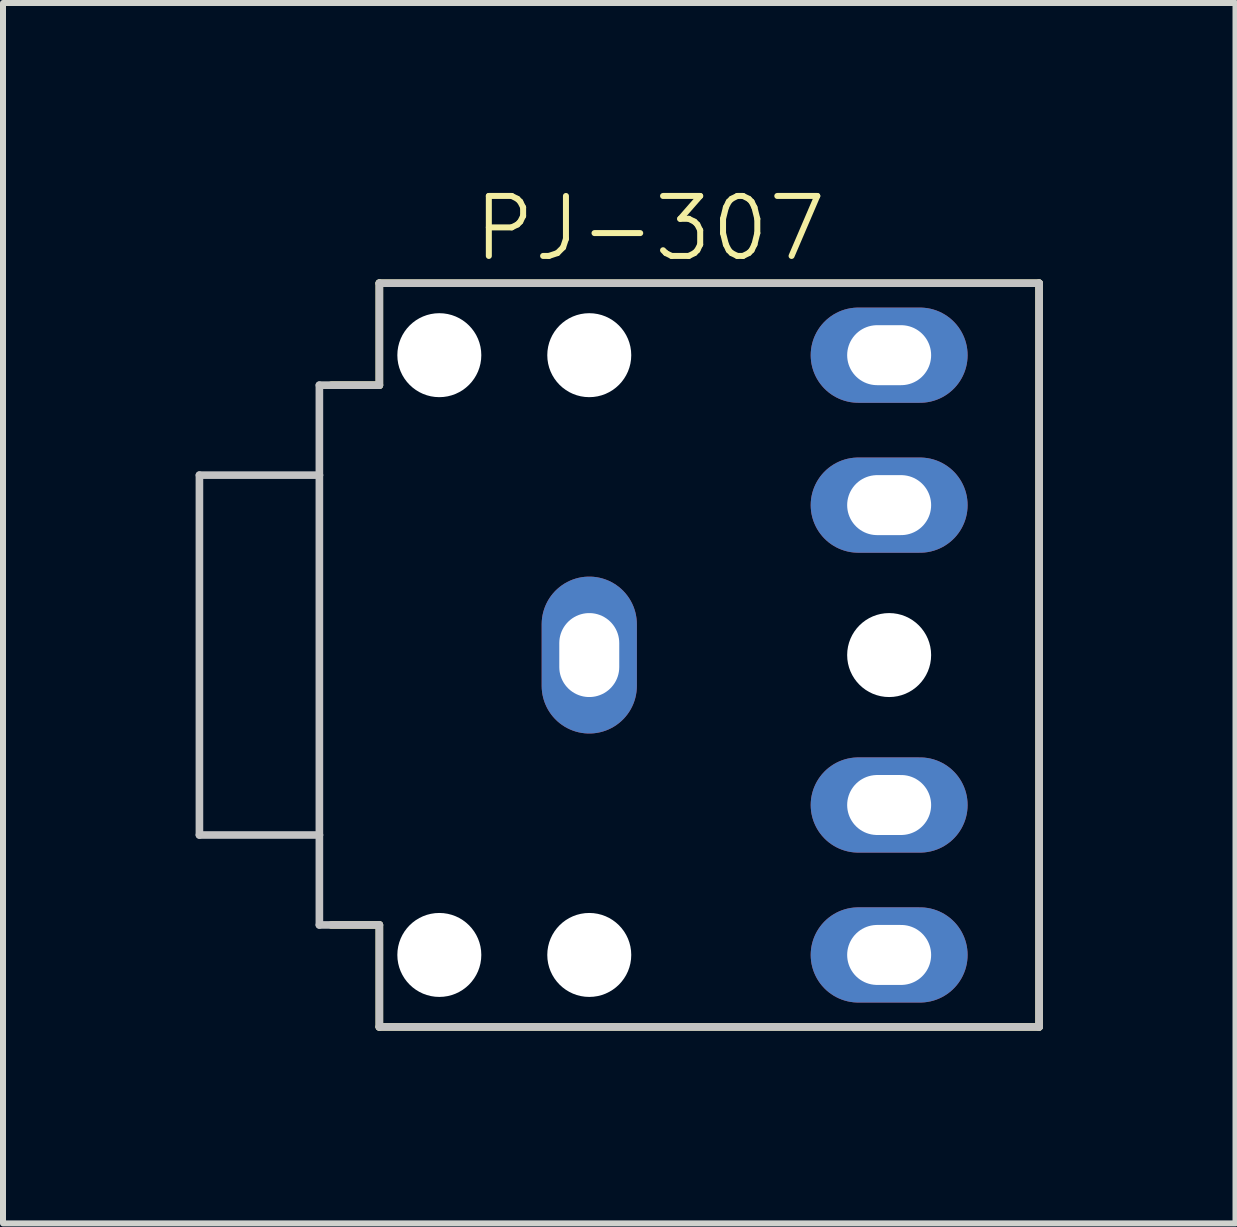
<source format=kicad_pcb>
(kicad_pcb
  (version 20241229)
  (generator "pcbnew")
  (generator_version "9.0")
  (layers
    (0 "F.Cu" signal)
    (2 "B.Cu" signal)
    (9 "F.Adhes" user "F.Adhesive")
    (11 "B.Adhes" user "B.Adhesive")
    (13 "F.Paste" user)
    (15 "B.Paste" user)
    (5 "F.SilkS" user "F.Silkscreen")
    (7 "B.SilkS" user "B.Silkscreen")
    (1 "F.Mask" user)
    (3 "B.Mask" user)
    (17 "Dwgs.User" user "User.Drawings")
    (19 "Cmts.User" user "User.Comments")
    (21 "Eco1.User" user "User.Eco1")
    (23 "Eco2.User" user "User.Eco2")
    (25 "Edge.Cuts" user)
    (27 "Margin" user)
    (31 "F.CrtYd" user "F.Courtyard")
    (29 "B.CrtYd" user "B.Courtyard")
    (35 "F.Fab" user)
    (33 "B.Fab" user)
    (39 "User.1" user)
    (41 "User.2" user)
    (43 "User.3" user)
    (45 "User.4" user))
  (footprint "PJ-307"
    (layer "F.Cu")
    (at 6.775 7.872)
    (property "Reference" "PJ-307" (at 1.016 -7.112 0) (layer "F.SilkS") (effects (font (size 1 1) (thickness 0.1))))
    (attr through_hole)
    (fp_line (start -3.5 -6.2) (end -3.5 -4.5) (stroke (width 0.127) (type solid)) (layer "F.SilkS"))
    (fp_line (start -3.5 -4.5) (end -4.3 -4.5) (stroke (width 0.127) (type solid)) (layer "F.SilkS"))
    (fp_line (start -3.5 4.5) (end -4.3 4.5) (stroke (width 0.127) (type solid)) (layer "F.SilkS"))
    (fp_line (start -3.5 4.5) (end -3.5 6.2) (stroke (width 0.127) (type solid)) (layer "F.SilkS"))
    (fp_line (start 7.5 -6.2) (end -3.5 -6.2) (stroke (width 0.127) (type solid)) (layer "F.SilkS"))
    (fp_line (start 7.5 -6.2) (end 7.5 6.2) (stroke (width 0.127) (type solid)) (layer "F.SilkS"))
    (fp_line (start 7.5 6.2) (end -3.5 6.2) (stroke (width 0.127) (type solid)) (layer "F.SilkS"))
    (fp_line (start -6.5 -3) (end -6.5 3) (stroke (width 0.127) (type solid)) (layer "Dwgs.User"))
    (fp_line (start -6.5 3) (end -4.5 3) (stroke (width 0.127) (type solid)) (layer "Dwgs.User"))
    (fp_line (start -4.5 -4.5) (end -4.5 -3) (stroke (width 0.127) (type solid)) (layer "Dwgs.User"))
    (fp_line (start -4.5 -3) (end -6.5 -3) (stroke (width 0.127) (type solid)) (layer "Dwgs.User"))
    (fp_line (start -4.5 -3) (end -4.5 3) (stroke (width 0.127) (type solid)) (layer "Dwgs.User"))
    (fp_line (start -4.5 3) (end -4.5 4.5) (stroke (width 0.127) (type solid)) (layer "Dwgs.User"))
    (fp_line (start -4.5 4.5) (end -3.5 4.5) (stroke (width 0.127) (type solid)) (layer "Dwgs.User"))
    (fp_line (start -3.5 -6.2) (end -3.5 -4.5) (stroke (width 0.127) (type solid)) (layer "Dwgs.User"))
    (fp_line (start -3.5 -4.5) (end -4.5 -4.5) (stroke (width 0.127) (type solid)) (layer "Dwgs.User"))
    (fp_line (start -3.5 4.5) (end -3.5 6.2) (stroke (width 0.127) (type solid)) (layer "Dwgs.User"))
    (fp_line (start 7.5 -6.2) (end -3.5 -6.2) (stroke (width 0.127) (type solid)) (layer "Dwgs.User"))
    (fp_line (start 7.5 -6.2) (end 7.5 6.2) (stroke (width 0.127) (type solid)) (layer "Dwgs.User"))
    (fp_line (start 7.5 6.2) (end -3.5 6.2) (stroke (width 0.127) (type solid)) (layer "Dwgs.User"))
    (fp_line (start -6.75 -3.25) (end -6.75 3.25) (stroke (width 0.05) (type solid)) (layer "Eco1.User"))
    (fp_line (start -6.75 3.25) (end -4.75 3.25) (stroke (width 0.05) (type solid)) (layer "Eco1.User"))
    (fp_line (start -4.75 -6.45) (end -4.75 -3.25) (stroke (width 0.05) (type solid)) (layer "Eco1.User"))
    (fp_line (start -4.75 -6.45) (end 7.75 -6.45) (stroke (width 0.05) (type solid)) (layer "Eco1.User"))
    (fp_line (start -4.75 -3.25) (end -6.75 -3.25) (stroke (width 0.05) (type solid)) (layer "Eco1.User"))
    (fp_line (start -4.75 3.25) (end -4.75 6.45) (stroke (width 0.05) (type solid)) (layer "Eco1.User"))
    (fp_line (start 7.75 -6.45) (end 7.75 6.45) (stroke (width 0.05) (type solid)) (layer "Eco1.User"))
    (fp_line (start 7.75 6.45) (end -4.75 6.45) (stroke (width 0.05) (type solid)) (layer "Eco1.User"))
    (pad "" np_thru_hole circle (at -2.5 -5) (size 1.4 1.4) (drill 1.4) (layers "*.Cu"))
    (pad "" np_thru_hole circle (at -2.5 5) (size 1.4 1.4) (drill 1.4) (layers "*.Cu"))
    (pad "" np_thru_hole circle (at 0 -5) (size 1.4 1.4) (drill 1.4) (layers "*.Cu"))
    (pad "" np_thru_hole circle (at 0 5) (size 1.4 1.4) (drill 1.4) (layers "*.Cu"))
    (pad "" np_thru_hole circle (at 5 0) (size 1.4 1.4) (drill 1.4) (layers "*.Cu"))
    (pad "1" thru_hole oval (at 0 0 90) (size 2.616 1.587) (drill oval 1.4 1) (layers "*.Cu" "*.Mask"))
    (pad "2" thru_hole oval (at 5 -5 180) (size 2.616 1.587) (drill oval 1.4 1) (layers "*.Cu" "*.Mask"))
    (pad "3" thru_hole oval (at 5 -2.5 180) (size 2.616 1.587) (drill oval 1.4 1) (layers "*.Cu" "*.Mask"))
    (pad "4" thru_hole oval (at 5 2.5 180) (size 2.616 1.587) (drill oval 1.4 1) (layers "*.Cu" "*.Mask"))
    (pad "5" thru_hole oval (at 5 5 180) (size 2.616 1.587) (drill oval 1.4 1) (layers "*.Cu" "*.Mask")))
  (gr_rect
    (start -3 -3)
    (end 17.55 17.348)
    (stroke (width 0.1) (type default))
    (fill no)
    (layer "Edge.Cuts")))
</source>
